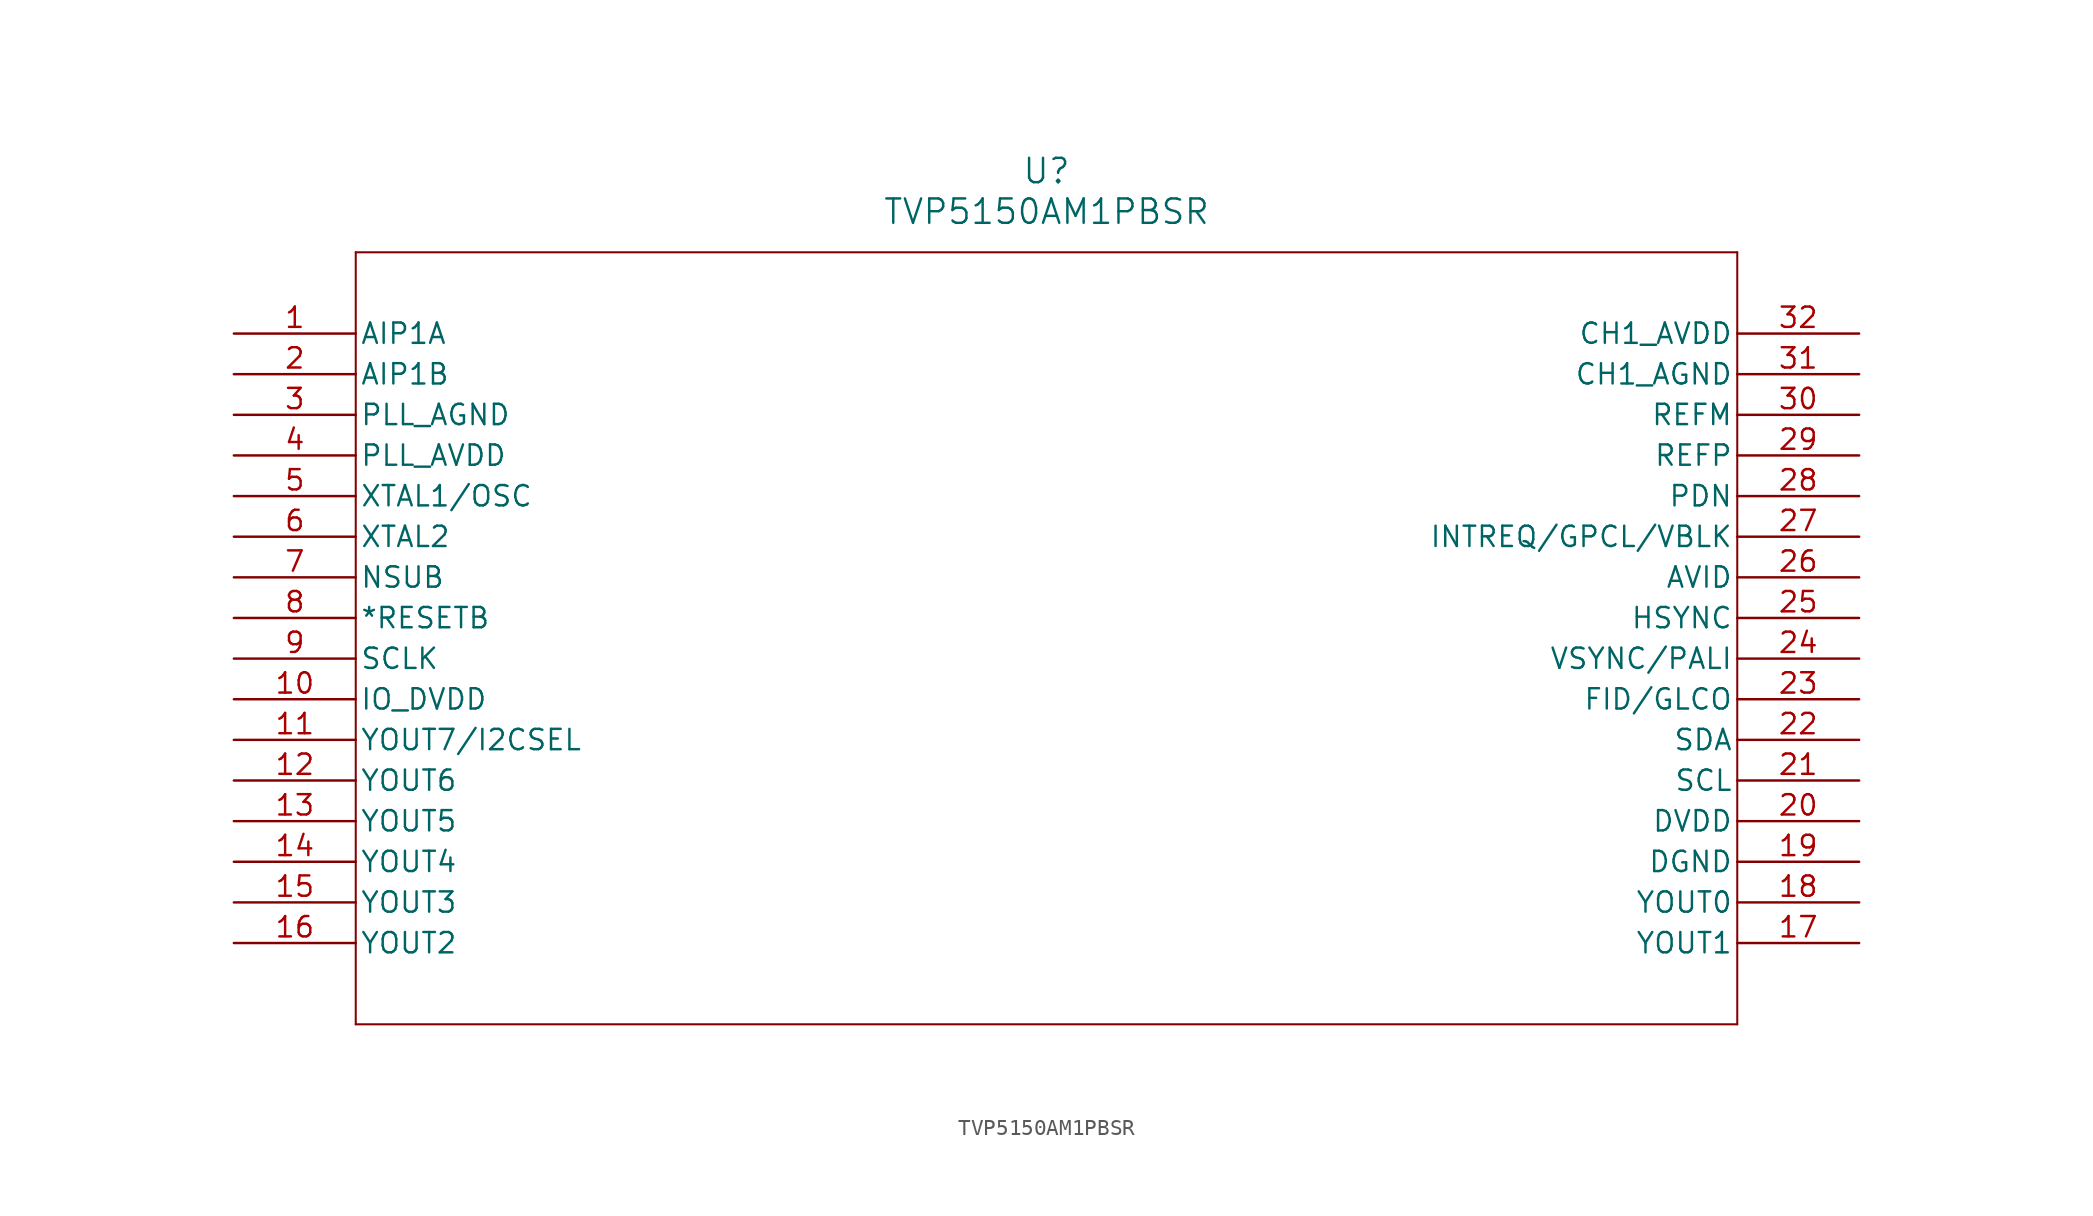
<source format=kicad_sym>
(kicad_symbol_lib
  (version 20211014)
  (generator kicad_symbol_editor)
  (symbol "TVP5150AM1PBSR"
    (pin_names
      (offset 0.254))
    (property "Reference" "U"
      (at 50.8 10.16 0)
      (effects (font (size 1.524 1.524))))
    (property "Value" "TVP5150AM1PBSR"
      (at 50.8 7.62 0)
      (effects (font (size 1.524 1.524))))
    (symbol "TVP5150AM1PBSR_0_1"
      (polyline (pts (xy 7.62 5.08) (xy 7.62 -43.18)) (stroke (width 0.127) (type default) (color 0 0 0 0)) (fill (type none)))
      (polyline (pts (xy 7.62 -43.18) (xy 93.98 -43.18)) (stroke (width 0.127) (type default) (color 0 0 0 0)) (fill (type none)))
      (polyline (pts (xy 93.98 -43.18) (xy 93.98 5.08)) (stroke (width 0.127) (type default) (color 0 0 0 0)) (fill (type none)))
      (polyline (pts (xy 93.98 5.08) (xy 7.62 5.08)) (stroke (width 0.127) (type default) (color 0 0 0 0)) (fill (type none)))
      (pin input line (at 0 0 0) (length 7.62) (name "AIP1A" (effects (font (size 1.27 1.27)))) (number "1" (effects (font (size 1.27 1.27)))))
      (pin input line (at 0 -2.54 0) (length 7.62) (name "AIP1B" (effects (font (size 1.27 1.27)))) (number "2" (effects (font (size 1.27 1.27)))))
      (pin power_in line (at 0 -5.08 0) (length 7.62) (name "PLL_AGND" (effects (font (size 1.27 1.27)))) (number "3" (effects (font (size 1.27 1.27)))))
      (pin power_in line (at 0 -7.62 0) (length 7.62) (name "PLL_AVDD" (effects (font (size 1.27 1.27)))) (number "4" (effects (font (size 1.27 1.27)))))
      (pin input line (at 0 -10.16 0) (length 7.62) (name "XTAL1/OSC" (effects (font (size 1.27 1.27)))) (number "5" (effects (font (size 1.27 1.27)))))
      (pin output line (at 0 -12.7 0) (length 7.62) (name "XTAL2" (effects (font (size 1.27 1.27)))) (number "6" (effects (font (size 1.27 1.27)))))
      (pin input line (at 0 -15.24 0) (length 7.62) (name "NSUB" (effects (font (size 1.27 1.27)))) (number "7" (effects (font (size 1.27 1.27)))))
      (pin input line (at 0 -17.78 0) (length 7.62) (name "*RESETB" (effects (font (size 1.27 1.27)))) (number "8" (effects (font (size 1.27 1.27)))))
      (pin output line (at 0 -20.32 0) (length 7.62) (name "SCLK" (effects (font (size 1.27 1.27)))) (number "9" (effects (font (size 1.27 1.27)))))
      (pin power_in line (at 0 -22.86 0) (length 7.62) (name "IO_DVDD" (effects (font (size 1.27 1.27)))) (number "10" (effects (font (size 1.27 1.27)))))
      (pin bidirectional line (at 0 -25.4 0) (length 7.62) (name "YOUT7/I2CSEL" (effects (font (size 1.27 1.27)))) (number "11" (effects (font (size 1.27 1.27)))))
      (pin output line (at 0 -27.94 0) (length 7.62) (name "YOUT6" (effects (font (size 1.27 1.27)))) (number "12" (effects (font (size 1.27 1.27)))))
      (pin output line (at 0 -30.48 0) (length 7.62) (name "YOUT5" (effects (font (size 1.27 1.27)))) (number "13" (effects (font (size 1.27 1.27)))))
      (pin output line (at 0 -33.02 0) (length 7.62) (name "YOUT4" (effects (font (size 1.27 1.27)))) (number "14" (effects (font (size 1.27 1.27)))))
      (pin output line (at 0 -35.56 0) (length 7.62) (name "YOUT3" (effects (font (size 1.27 1.27)))) (number "15" (effects (font (size 1.27 1.27)))))
      (pin output line (at 0 -38.1 0) (length 7.62) (name "YOUT2" (effects (font (size 1.27 1.27)))) (number "16" (effects (font (size 1.27 1.27)))))
      (pin output line (at 101.6 -38.1 180) (length 7.62) (name "YOUT1" (effects (font (size 1.27 1.27)))) (number "17" (effects (font (size 1.27 1.27)))))
      (pin output line (at 101.6 -35.56 180) (length 7.62) (name "YOUT0" (effects (font (size 1.27 1.27)))) (number "18" (effects (font (size 1.27 1.27)))))
      (pin power_in line (at 101.6 -33.02 180) (length 7.62) (name "DGND" (effects (font (size 1.27 1.27)))) (number "19" (effects (font (size 1.27 1.27)))))
      (pin power_in line (at 101.6 -30.48 180) (length 7.62) (name "DVDD" (effects (font (size 1.27 1.27)))) (number "20" (effects (font (size 1.27 1.27)))))
      (pin bidirectional line (at 101.6 -27.94 180) (length 7.62) (name "SCL" (effects (font (size 1.27 1.27)))) (number "21" (effects (font (size 1.27 1.27)))))
      (pin bidirectional line (at 101.6 -25.4 180) (length 7.62) (name "SDA" (effects (font (size 1.27 1.27)))) (number "22" (effects (font (size 1.27 1.27)))))
      (pin output line (at 101.6 -22.86 180) (length 7.62) (name "FID/GLCO" (effects (font (size 1.27 1.27)))) (number "23" (effects (font (size 1.27 1.27)))))
      (pin output line (at 101.6 -20.32 180) (length 7.62) (name "VSYNC/PALI" (effects (font (size 1.27 1.27)))) (number "24" (effects (font (size 1.27 1.27)))))
      (pin output line (at 101.6 -17.78 180) (length 7.62) (name "HSYNC" (effects (font (size 1.27 1.27)))) (number "25" (effects (font (size 1.27 1.27)))))
      (pin output line (at 101.6 -15.24 180) (length 7.62) (name "AVID" (effects (font (size 1.27 1.27)))) (number "26" (effects (font (size 1.27 1.27)))))
      (pin bidirectional line (at 101.6 -12.7 180) (length 7.62) (name "INTREQ/GPCL/VBLK" (effects (font (size 1.27 1.27)))) (number "27" (effects (font (size 1.27 1.27)))))
      (pin input line (at 101.6 -10.16 180) (length 7.62) (name "PDN" (effects (font (size 1.27 1.27)))) (number "28" (effects (font (size 1.27 1.27)))))
      (pin input line (at 101.6 -7.62 180) (length 7.62) (name "REFP" (effects (font (size 1.27 1.27)))) (number "29" (effects (font (size 1.27 1.27)))))
      (pin input line (at 101.6 -5.08 180) (length 7.62) (name "REFM" (effects (font (size 1.27 1.27)))) (number "30" (effects (font (size 1.27 1.27)))))
      (pin input line (at 101.6 -2.54 180) (length 7.62) (name "CH1_AGND" (effects (font (size 1.27 1.27)))) (number "31" (effects (font (size 1.27 1.27)))))
      (pin input line (at 101.6 0 180) (length 7.62) (name "CH1_AVDD" (effects (font (size 1.27 1.27)))) (number "32" (effects (font (size 1.27 1.27))))))))
</source>
